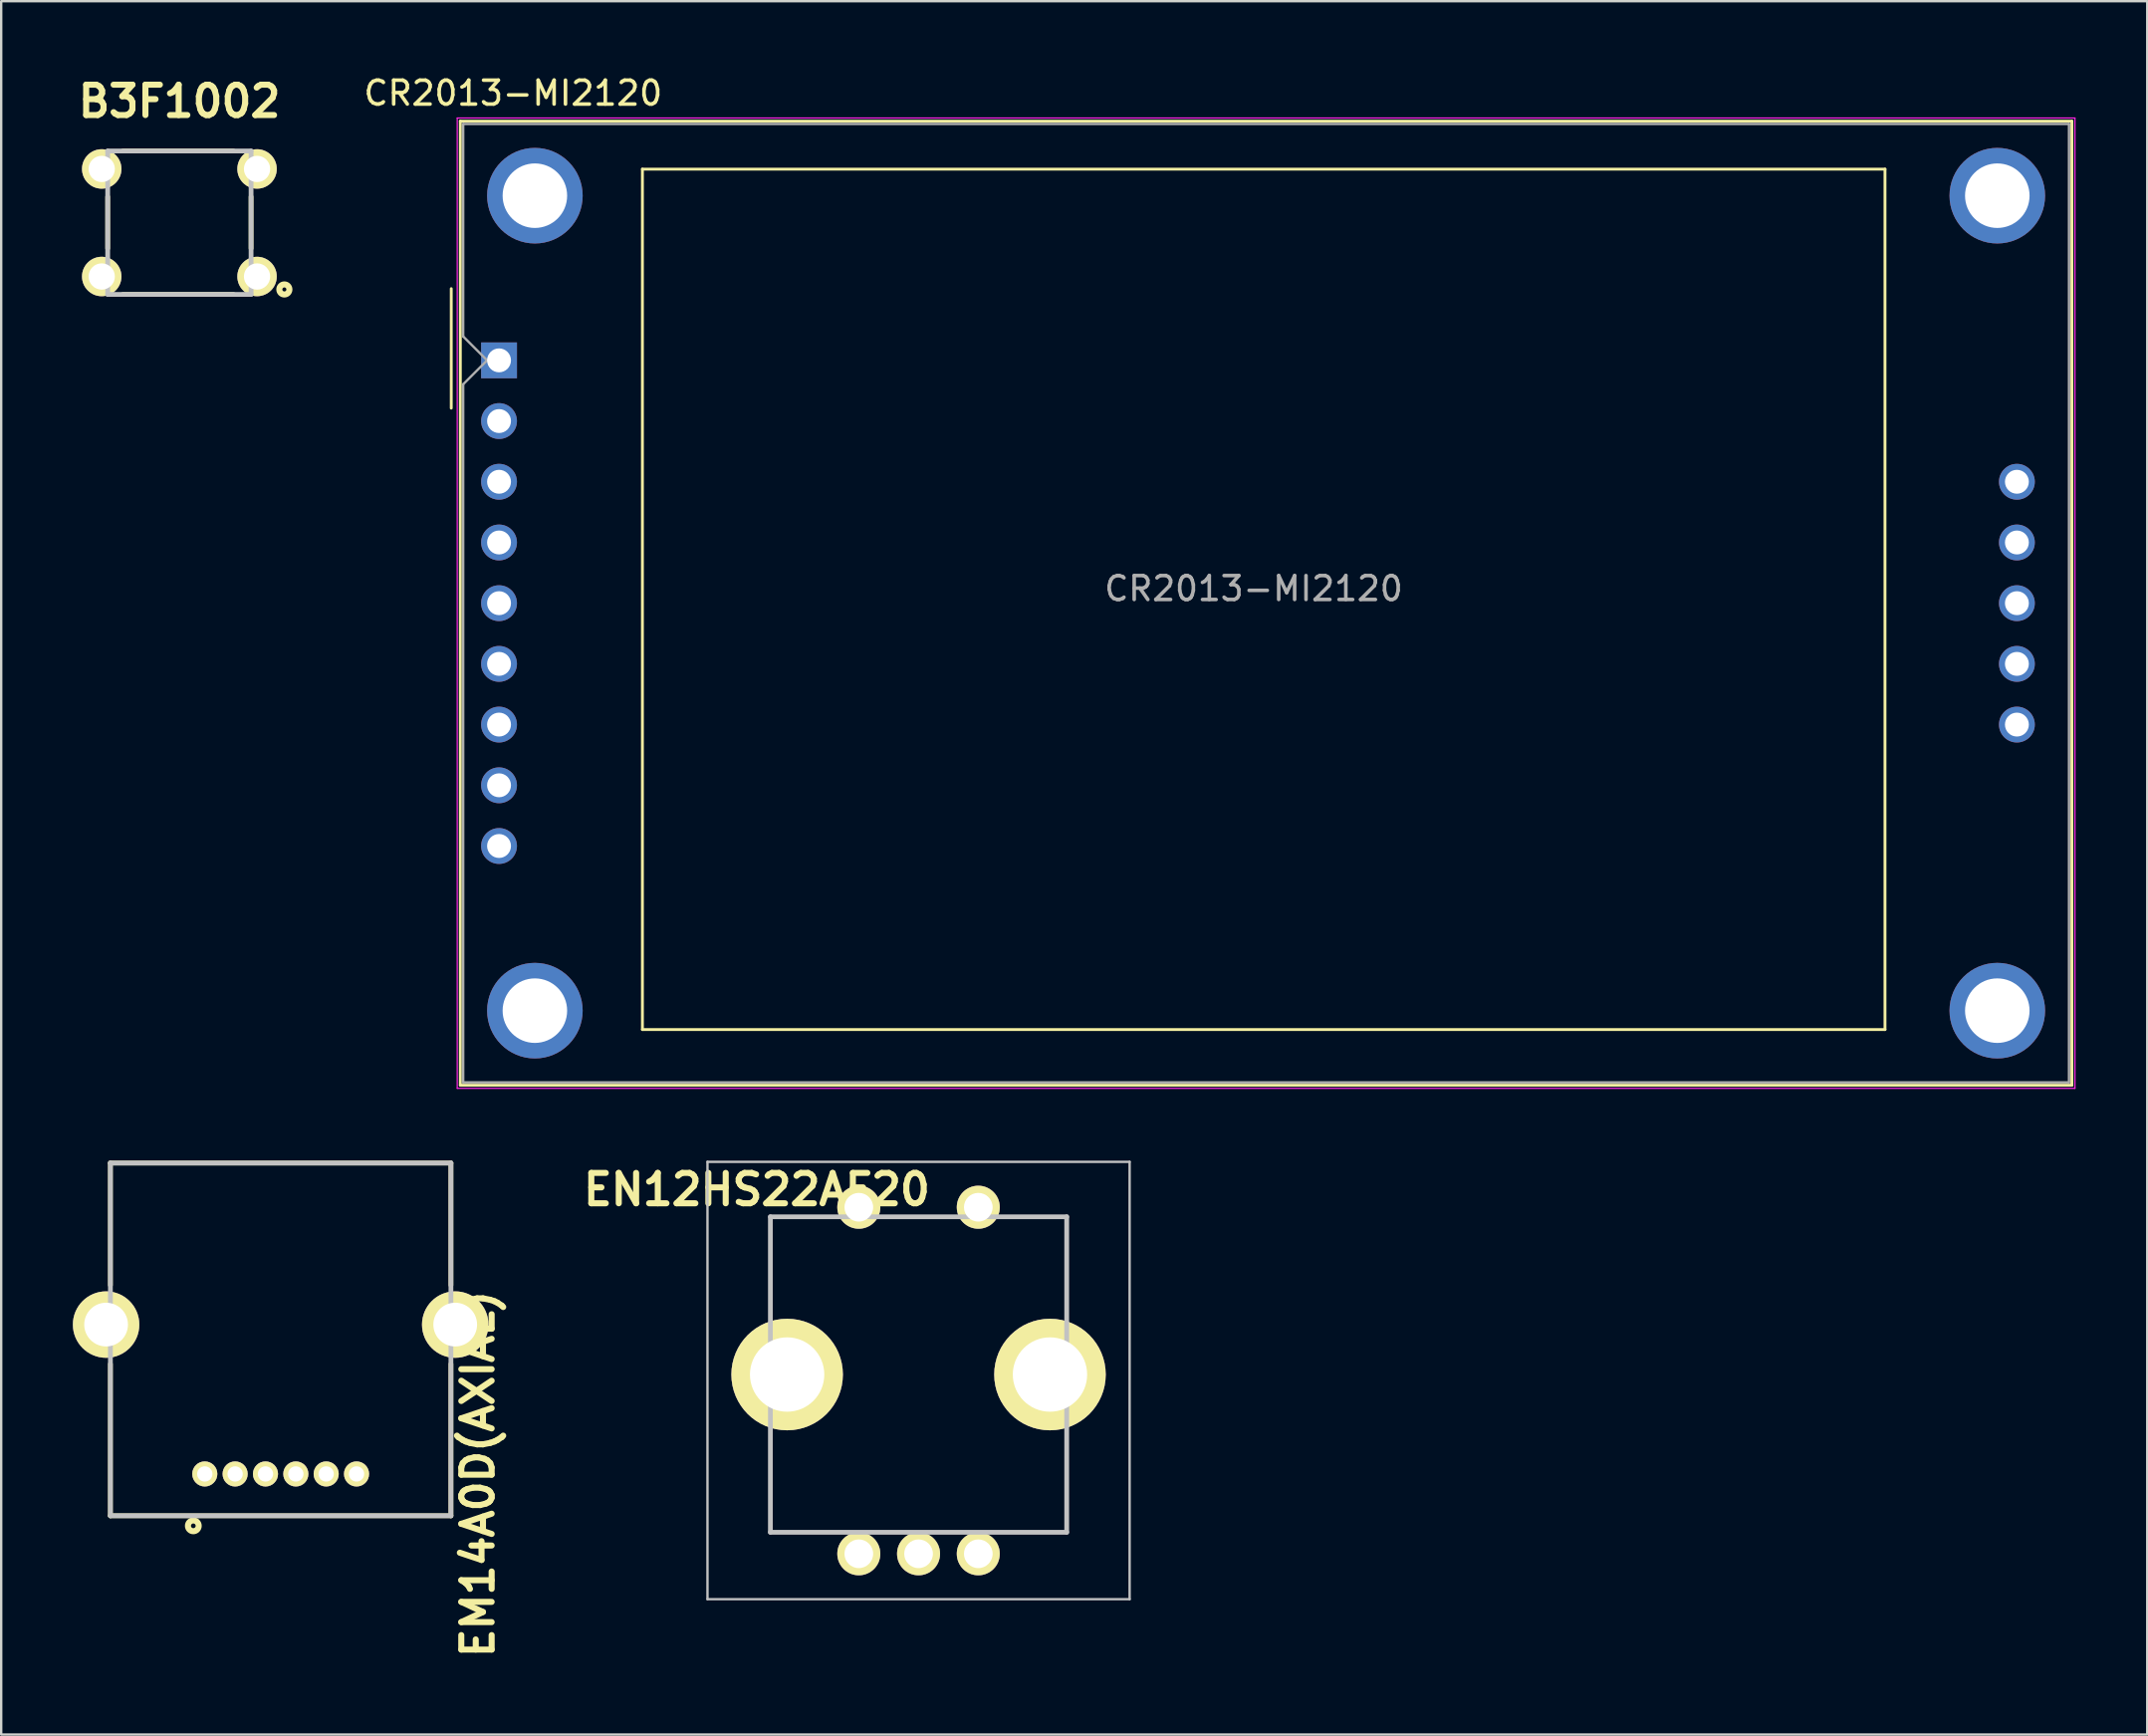
<source format=kicad_pcb>
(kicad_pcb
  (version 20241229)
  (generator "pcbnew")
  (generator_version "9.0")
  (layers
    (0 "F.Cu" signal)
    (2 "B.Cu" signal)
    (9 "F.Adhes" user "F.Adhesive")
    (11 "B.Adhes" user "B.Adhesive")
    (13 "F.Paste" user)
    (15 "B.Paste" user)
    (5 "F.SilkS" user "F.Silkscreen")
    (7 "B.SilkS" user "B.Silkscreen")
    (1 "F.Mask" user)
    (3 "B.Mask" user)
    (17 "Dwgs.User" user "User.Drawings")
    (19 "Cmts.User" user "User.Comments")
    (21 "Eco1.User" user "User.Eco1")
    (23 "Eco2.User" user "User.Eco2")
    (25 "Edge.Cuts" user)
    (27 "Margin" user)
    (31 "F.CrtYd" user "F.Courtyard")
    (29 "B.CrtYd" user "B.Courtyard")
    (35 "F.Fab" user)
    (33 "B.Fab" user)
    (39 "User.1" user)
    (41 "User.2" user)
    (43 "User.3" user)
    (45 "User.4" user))
  (footprint "CR2013-MI2120"
    (layer "F.Cu")
    (at 17.834 12.028)
    (property "Reference" "CR2013-MI2120" (at 0.59 -11.18 0) (layer "F.SilkS") (effects (font (size 1 1) (thickness 0.15))))
    (attr through_hole)
    (fp_line (start -2 -3) (end -2 2) (stroke (width 0.12) (type solid)) (layer "F.SilkS"))
    (fp_line (start -1.62 -10.01) (end 65.82 -10.01) (stroke (width 0.12) (type solid)) (layer "F.SilkS"))
    (fp_line (start -1.62 30.33) (end -1.62 -10.01) (stroke (width 0.12) (type solid)) (layer "F.SilkS"))
    (fp_line (start 6 -8) (end 58 -8) (stroke (width 0.12) (type solid)) (layer "F.SilkS"))
    (fp_line (start 6 28) (end 6 -8) (stroke (width 0.12) (type solid)) (layer "F.SilkS"))
    (fp_line (start 58 -8) (end 58 28) (stroke (width 0.12) (type solid)) (layer "F.SilkS"))
    (fp_line (start 58 28) (end 6 28) (stroke (width 0.12) (type solid)) (layer "F.SilkS"))
    (fp_line (start 65.82 -10.01) (end 65.82 30.33) (stroke (width 0.12) (type solid)) (layer "F.SilkS"))
    (fp_line (start 65.82 30.33) (end -1.62 30.33) (stroke (width 0.12) (type solid)) (layer "F.SilkS"))
    (fp_line (start -1.75 -10.14) (end 65.95 -10.14) (stroke (width 0.05) (type solid)) (layer "F.CrtYd"))
    (fp_line (start -1.75 30.46) (end -1.75 -10.14) (stroke (width 0.05) (type solid)) (layer "F.CrtYd"))
    (fp_line (start 65.95 -10.14) (end 65.95 30.46) (stroke (width 0.05) (type solid)) (layer "F.CrtYd"))
    (fp_line (start 65.95 30.46) (end -1.75 30.46) (stroke (width 0.05) (type solid)) (layer "F.CrtYd"))
    (fp_line (start -1.5 -9.89) (end 65.7 -9.89) (stroke (width 0.1) (type solid)) (layer "F.Fab"))
    (fp_line (start -1.5 -1) (end -1.5 -9.89) (stroke (width 0.1) (type solid)) (layer "F.Fab"))
    (fp_line (start -1.5 1) (end -0.5 0) (stroke (width 0.1) (type solid)) (layer "F.Fab"))
    (fp_line (start -1.5 30.21) (end -1.5 1) (stroke (width 0.1) (type solid)) (layer "F.Fab"))
    (fp_line (start -0.5 0) (end -1.5 -1) (stroke (width 0.1) (type solid)) (layer "F.Fab"))
    (fp_line (start 65.7 -9.89) (end 65.7 30.21) (stroke (width 0.1) (type solid)) (layer "F.Fab"))
    (fp_line (start 65.7 30.21) (end -1.5 30.21) (stroke (width 0.1) (type solid)) (layer "F.Fab"))
    (fp_text user "${REFERENCE}" (at 31.58 9.55 0) (layer "F.Fab") (effects (font (size 1 1) (thickness 0.15))))
    (pad "" thru_hole circle (at 1.5 -6.89) (size 4 4) (drill 2.7) (layers "*.Cu" "*.Mask"))
    (pad "" thru_hole circle (at 1.5 27.21) (size 4 4) (drill 2.7) (layers "*.Cu" "*.Mask"))
    (pad "" thru_hole circle (at 62.7 -6.89) (size 4 4) (drill 2.7) (layers "*.Cu" "*.Mask"))
    (pad "" thru_hole circle (at 62.7 27.21) (size 4 4) (drill 2.7) (layers "*.Cu" "*.Mask"))
    (pad "1" thru_hole rect (at 0 0) (size 1.5 1.5) (drill 1) (layers "*.Cu" "*.Mask"))
    (pad "2" thru_hole circle (at 0 2.54) (size 1.5 1.5) (drill 1) (layers "*.Cu" "*.Mask"))
    (pad "3" thru_hole circle (at 0 5.08) (size 1.5 1.5) (drill 1) (layers "*.Cu" "*.Mask"))
    (pad "4" thru_hole circle (at 0 7.62) (size 1.5 1.5) (drill 1) (layers "*.Cu" "*.Mask"))
    (pad "5" thru_hole circle (at 0 10.16) (size 1.5 1.5) (drill 1) (layers "*.Cu" "*.Mask"))
    (pad "6" thru_hole circle (at 0 12.7) (size 1.5 1.5) (drill 1) (layers "*.Cu" "*.Mask"))
    (pad "7" thru_hole circle (at 0 15.24) (size 1.5 1.5) (drill 1) (layers "*.Cu" "*.Mask"))
    (pad "8" thru_hole circle (at 0 17.78) (size 1.5 1.5) (drill 1) (layers "*.Cu" "*.Mask"))
    (pad "9" thru_hole circle (at 0 20.32) (size 1.5 1.5) (drill 1) (layers "*.Cu" "*.Mask"))
    (pad "10" thru_hole circle (at 63.52 5.08) (size 1.5 1.5) (drill 1) (layers "*.Cu" "*.Mask"))
    (pad "11" thru_hole circle (at 63.52 7.62) (size 1.5 1.5) (drill 1) (layers "*.Cu" "*.Mask"))
    (pad "12" thru_hole circle (at 63.52 10.16) (size 1.5 1.5) (drill 1) (layers "*.Cu" "*.Mask"))
    (pad "13" thru_hole circle (at 63.52 12.7) (size 1.5 1.5) (drill 1) (layers "*.Cu" "*.Mask"))
    (pad "14" thru_hole circle (at 63.52 15.24) (size 1.5 1.5) (drill 1) (layers "*.Cu" "*.Mask")))
  (footprint "EN12HS22AF20"
    (layer "F.Cu")
    (at 32.89 61.963)
    (property "Reference" "EN12HS22AF20" (at -4.27 -15.24 0) (layer "F.SilkS") (effects (font (size 1.27 1.27) (thickness 0.254))))
    (attr through_hole)
    (fp_line (start -3.7 -14.1) (end -1.5 -14.1) (stroke (width 0.1) (type solid)) (layer "F.SilkS"))
    (fp_line (start -3.7 -10) (end -3.7 -14.1) (stroke (width 0.1) (type solid)) (layer "F.SilkS"))
    (fp_line (start -3.7 -0.9) (end -3.7 -5) (stroke (width 0.1) (type solid)) (layer "F.SilkS"))
    (fp_line (start -1 -0.9) (end -3.7 -0.9) (stroke (width 0.1) (type solid)) (layer "F.SilkS"))
    (fp_line (start 6 -0.9) (end 8.7 -0.9) (stroke (width 0.1) (type solid)) (layer "F.SilkS"))
    (fp_line (start 6.5 -14.1) (end 8.7 -14.1) (stroke (width 0.1) (type solid)) (layer "F.SilkS"))
    (fp_line (start 8.7 -14.1) (end 8.7 -10) (stroke (width 0.1) (type solid)) (layer "F.SilkS"))
    (fp_line (start 8.7 -0.9) (end 8.7 -5) (stroke (width 0.1) (type solid)) (layer "F.SilkS"))
    (fp_line (start -6.333 -16.4) (end 11.333 -16.4) (stroke (width 0.1) (type solid)) (layer "Dwgs.User"))
    (fp_line (start -6.333 1.9) (end -6.333 -16.4) (stroke (width 0.1) (type solid)) (layer "Dwgs.User"))
    (fp_line (start -3.7 -14.1) (end 8.7 -14.1) (stroke (width 0.2) (type solid)) (layer "Dwgs.User"))
    (fp_line (start -3.7 -0.9) (end -3.7 -14.1) (stroke (width 0.2) (type solid)) (layer "Dwgs.User"))
    (fp_line (start 8.7 -14.1) (end 8.7 -0.9) (stroke (width 0.2) (type solid)) (layer "Dwgs.User"))
    (fp_line (start 8.7 -0.9) (end -3.7 -0.9) (stroke (width 0.2) (type solid)) (layer "Dwgs.User"))
    (fp_line (start 11.333 -16.4) (end 11.333 1.9) (stroke (width 0.1) (type solid)) (layer "Dwgs.User"))
    (fp_line (start 11.333 1.9) (end -6.333 1.9) (stroke (width 0.1) (type solid)) (layer "Dwgs.User"))
    (pad "A1" thru_hole circle (at 0 0 90) (size 1.8 1.8) (drill 1.2) (layers "*.Cu" "*.Mask" "F.SilkS"))
    (pad "B1" thru_hole circle (at 5 0 90) (size 1.8 1.8) (drill 1.2) (layers "*.Cu" "*.Mask" "F.SilkS"))
    (pad "C1" thru_hole circle (at 2.5 0 90) (size 1.8 1.8) (drill 1.2) (layers "*.Cu" "*.Mask" "F.SilkS"))
    (pad "D1" thru_hole circle (at 0 -14.5 90) (size 1.8 1.8) (drill 1.2) (layers "*.Cu" "*.Mask" "F.SilkS"))
    (pad "E1" thru_hole circle (at 5 -14.5 90) (size 1.8 1.8) (drill 1.2) (layers "*.Cu" "*.Mask" "F.SilkS"))
    (pad "MH1" thru_hole circle (at -3 -7.5 90) (size 4.667 4.667) (drill 3.111) (layers "*.Cu" "*.Mask" "F.SilkS"))
    (pad "MH2" thru_hole circle (at 8 -7.5 90) (size 4.667 4.667) (drill 3.111) (layers "*.Cu" "*.Mask" "F.SilkS")))
  (footprint "B3F1002"
    (layer "F.Cu")
    (at 4.457 6.269)
    (property "Reference" "B3F1002" (at 0 -5.08 0) (layer "F.SilkS") (effects (font (size 1.27 1.27) (thickness 0.254))))
    (attr through_hole)
    (fp_line (start -3 -1.084) (end -3 1.073) (stroke (width 0.2) (type solid)) (layer "F.SilkS"))
    (fp_line (start -2.363 -3) (end 2.261 -3) (stroke (width 0.2) (type solid)) (layer "F.SilkS"))
    (fp_line (start -2.363 3) (end 2.261 3) (stroke (width 0.2) (type solid)) (layer "F.SilkS"))
    (fp_line (start 3 -1.084) (end 3 1.073) (stroke (width 0.2) (type solid)) (layer "F.SilkS"))
    (fp_circle (center 4.393 2.792) (end 4.309 2.792) (stroke (width 0.254) (type solid)) (fill no) (layer "F.SilkS"))
    (fp_line (start -3 -3) (end 3 -3) (stroke (width 0.2) (type solid)) (layer "Dwgs.User"))
    (fp_line (start -3 3) (end -3 -3) (stroke (width 0.2) (type solid)) (layer "Dwgs.User"))
    (fp_line (start 3 -3) (end 3 3) (stroke (width 0.2) (type solid)) (layer "Dwgs.User"))
    (fp_line (start 3 3) (end -3 3) (stroke (width 0.2) (type solid)) (layer "Dwgs.User"))
    (pad "1" thru_hole circle (at 3.25 2.25 90) (size 1.65 1.65) (drill 1.1) (layers "*.Cu" "*.Mask" "F.SilkS"))
    (pad "2" thru_hole circle (at -3.25 2.25 90) (size 1.65 1.65) (drill 1.1) (layers "*.Cu" "*.Mask" "F.SilkS"))
    (pad "3" thru_hole circle (at 3.25 -2.25 90) (size 1.65 1.65) (drill 1.1) (layers "*.Cu" "*.Mask" "F.SilkS"))
    (pad "4" thru_hole circle (at -3.25 -2.25 90) (size 1.65 1.65) (drill 1.1) (layers "*.Cu" "*.Mask" "F.SilkS")))
  (footprint "EM14A0D(AXIAL)"
    (layer "F.Cu")
    (at 8.695 52.373)
    (property "Reference" "EM14A0D(AXIAL)" (at 8.255 6.25 90) (layer "F.SilkS") (effects (font (size 1.27 1.27) (thickness 0.254))))
    (attr through_hole)
    (fp_line (start -7.125 -6.76) (end -7.125 -1.65) (stroke (width 0.2) (type solid)) (layer "F.SilkS"))
    (fp_line (start -7.125 8) (end -7.125 1.65) (stroke (width 0.2) (type solid)) (layer "F.SilkS"))
    (fp_line (start -7.125 8) (end 7.125 8) (stroke (width 0.2) (type solid)) (layer "F.SilkS"))
    (fp_line (start 7.125 -6.76) (end -7.125 -6.76) (stroke (width 0.2) (type solid)) (layer "F.SilkS"))
    (fp_line (start 7.125 -6.76) (end 7.125 -1.65) (stroke (width 0.2) (type solid)) (layer "F.SilkS"))
    (fp_line (start 7.125 8) (end 7.125 1.65) (stroke (width 0.2) (type solid)) (layer "F.SilkS"))
    (fp_circle (center -3.655 8.421) (end -3.753 8.421) (stroke (width 0.254) (type solid)) (fill no) (layer "F.SilkS"))
    (fp_line (start -7.125 -6.76) (end 7.125 -6.76) (stroke (width 0.2) (type solid)) (layer "Dwgs.User"))
    (fp_line (start -7.125 8) (end -7.125 -6.76) (stroke (width 0.2) (type solid)) (layer "Dwgs.User"))
    (fp_line (start 7.125 -6.76) (end 7.125 8) (stroke (width 0.2) (type solid)) (layer "Dwgs.User"))
    (fp_line (start 7.125 8) (end -7.125 8) (stroke (width 0.2) (type solid)) (layer "Dwgs.User"))
    (pad "1" thru_hole circle (at -3.175 6.25 90) (size 1.05 1.05) (drill 0.64) (layers "*.Cu" "*.Mask" "F.SilkS"))
    (pad "2" thru_hole circle (at -1.905 6.25 90) (size 1.05 1.05) (drill 0.64) (layers "*.Cu" "*.Mask" "F.SilkS"))
    (pad "3" thru_hole circle (at -0.635 6.25 90) (size 1.05 1.05) (drill 0.64) (layers "*.Cu" "*.Mask" "F.SilkS"))
    (pad "4" thru_hole circle (at 0.635 6.25 90) (size 1.05 1.05) (drill 0.64) (layers "*.Cu" "*.Mask" "F.SilkS"))
    (pad "5" thru_hole circle (at 1.905 6.25 90) (size 1.05 1.05) (drill 0.64) (layers "*.Cu" "*.Mask" "F.SilkS"))
    (pad "6" thru_hole circle (at 3.175 6.25 90) (size 1.05 1.05) (drill 0.64) (layers "*.Cu" "*.Mask" "F.SilkS"))
    (pad "7" thru_hole circle (at -7.305 0 90) (size 2.78 2.78) (drill 1.83) (layers "*.Cu" "*.Mask" "F.SilkS"))
    (pad "8" thru_hole circle (at 7.305 0 90) (size 2.78 2.78) (drill 1.83) (layers "*.Cu" "*.Mask" "F.SilkS")))
  (gr_rect
    (start -3 -3)
    (end 86.809 69.527)
    (stroke (width 0.1) (type default))
    (fill no)
    (layer "Edge.Cuts")))
</source>
